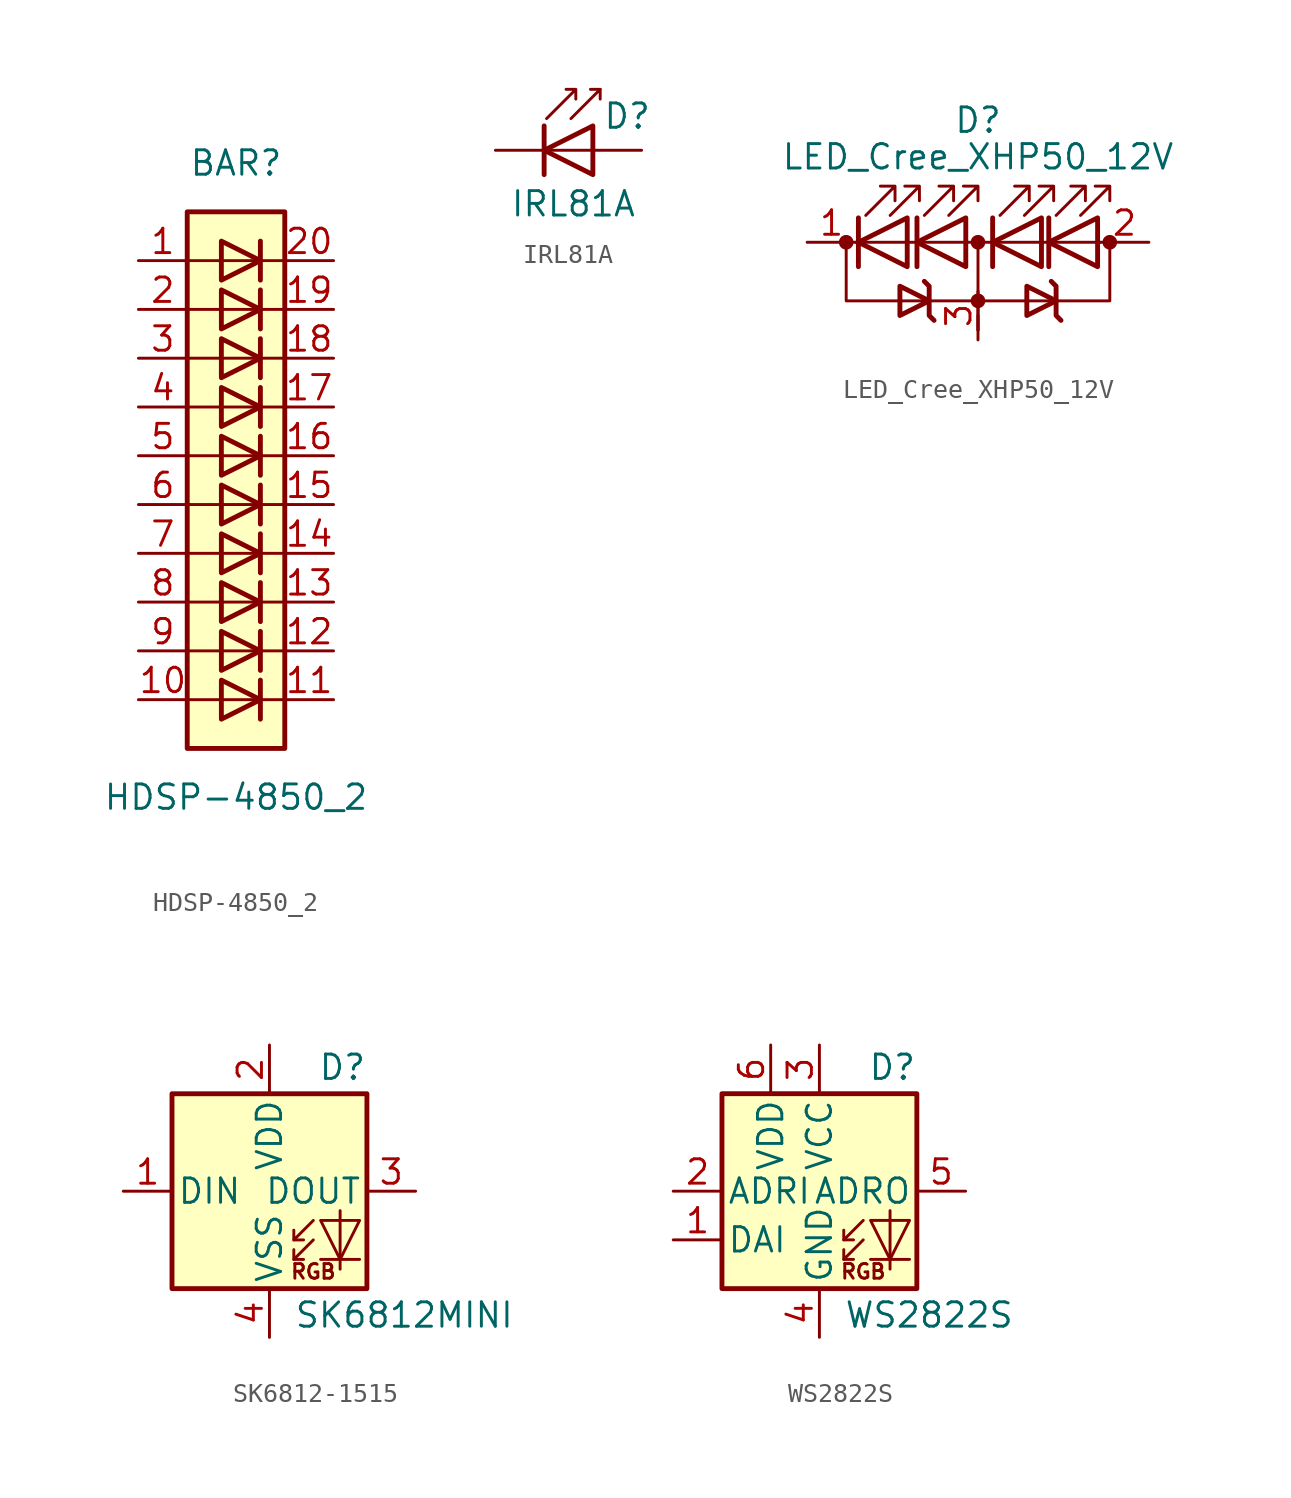
<source format=kicad_sym>
(kicad_symbol_lib
  (version 20220914)
  (generator kicad_symbol_editor)
  (symbol "HDSP-4850_2"
    (pin_names
      (offset 1.016) hide)
    (property "Reference" "BAR"
      (at 0 15.24 0)
      (effects (font (size 1.27 1.27))))
    (property "Value" "HDSP-4850_2"
      (at 0 -17.78 0)
      (effects (font (size 1.27 1.27))))
    (symbol "HDSP-4850_2_0_1"
      (rectangle (start -2.54 12.7) (end 2.54 -15.24) (stroke (width 0.254) (type default)) (fill (type background)))
      (polyline (pts (xy -2.54 -12.7) (xy 2.54 -12.7)) (stroke (width 0) (type default)) (fill (type none)))
      (polyline (pts (xy -2.54 -10.16) (xy 2.54 -10.16)) (stroke (width 0) (type default)) (fill (type none)))
      (polyline (pts (xy -2.54 -7.62) (xy 2.54 -7.62)) (stroke (width 0) (type default)) (fill (type none)))
      (polyline (pts (xy -2.54 -5.08) (xy 2.54 -5.08)) (stroke (width 0) (type default)) (fill (type none)))
      (polyline (pts (xy -2.54 0) (xy 2.54 0)) (stroke (width 0) (type default)) (fill (type none)))
      (polyline (pts (xy -2.54 5.08) (xy 2.54 5.08)) (stroke (width 0) (type default)) (fill (type none)))
      (polyline (pts (xy -2.54 7.62) (xy 2.54 7.62)) (stroke (width 0) (type default)) (fill (type none)))
      (polyline (pts (xy -2.54 10.16) (xy 2.54 10.16)) (stroke (width 0) (type default)) (fill (type none)))
      (polyline (pts (xy 1.27 -11.684) (xy 1.27 -13.716)) (stroke (width 0.254) (type default)) (fill (type none)))
      (polyline (pts (xy 1.27 -9.144) (xy 1.27 -11.176)) (stroke (width 0.254) (type default)) (fill (type none)))
      (polyline (pts (xy 1.27 -6.604) (xy 1.27 -8.636)) (stroke (width 0.254) (type default)) (fill (type none)))
      (polyline (pts (xy 1.27 -4.064) (xy 1.27 -6.096)) (stroke (width 0.254) (type default)) (fill (type none)))
      (polyline (pts (xy 1.27 -1.524) (xy 1.27 -3.556)) (stroke (width 0.254) (type default)) (fill (type none)))
      (polyline (pts (xy 1.27 1.016) (xy 1.27 -1.016)) (stroke (width 0.254) (type default)) (fill (type none)))
      (polyline (pts (xy 1.27 3.556) (xy 1.27 1.524)) (stroke (width 0.254) (type default)) (fill (type none)))
      (polyline (pts (xy 1.27 6.096) (xy 1.27 4.064)) (stroke (width 0.254) (type default)) (fill (type none)))
      (polyline (pts (xy 1.27 8.636) (xy 1.27 6.604)) (stroke (width 0.254) (type default)) (fill (type none)))
      (polyline (pts (xy 1.27 11.176) (xy 1.27 9.144)) (stroke (width 0.254) (type default)) (fill (type none)))
      (polyline (pts (xy 2.54 -2.54) (xy -2.54 -2.54)) (stroke (width 0) (type default)) (fill (type none)))
      (polyline (pts (xy 2.54 2.54) (xy -2.54 2.54)) (stroke (width 0) (type default)) (fill (type none)))
      (polyline (pts (xy -0.762 -11.684) (xy -0.762 -13.716) (xy 1.27 -12.7) (xy -0.762 -11.684)) (stroke (width 0.254) (type default)) (fill (type none)))
      (polyline (pts (xy -0.762 -9.144) (xy -0.762 -11.176) (xy 1.27 -10.16) (xy -0.762 -9.144)) (stroke (width 0.254) (type default)) (fill (type none)))
      (polyline (pts (xy -0.762 -6.604) (xy -0.762 -8.636) (xy 1.27 -7.62) (xy -0.762 -6.604)) (stroke (width 0.254) (type default)) (fill (type none)))
      (polyline (pts (xy -0.762 -4.064) (xy -0.762 -6.096) (xy 1.27 -5.08) (xy -0.762 -4.064)) (stroke (width 0.254) (type default)) (fill (type none)))
      (polyline (pts (xy -0.762 -1.524) (xy -0.762 -3.556) (xy 1.27 -2.54) (xy -0.762 -1.524)) (stroke (width 0.254) (type default)) (fill (type none)))
      (polyline (pts (xy -0.762 1.016) (xy -0.762 -1.016) (xy 1.27 0) (xy -0.762 1.016)) (stroke (width 0.254) (type default)) (fill (type none)))
      (polyline (pts (xy -0.762 3.556) (xy -0.762 1.524) (xy 1.27 2.54) (xy -0.762 3.556)) (stroke (width 0.254) (type default)) (fill (type none)))
      (polyline (pts (xy -0.762 6.096) (xy -0.762 4.064) (xy 1.27 5.08) (xy -0.762 6.096)) (stroke (width 0.254) (type default)) (fill (type none)))
      (polyline (pts (xy -0.762 8.636) (xy -0.762 6.604) (xy 1.27 7.62) (xy -0.762 8.636)) (stroke (width 0.254) (type default)) (fill (type none)))
      (polyline (pts (xy -0.762 11.176) (xy -0.762 9.144) (xy 1.27 10.16) (xy -0.762 11.176)) (stroke (width 0.254) (type default)) (fill (type none))))
    (symbol "HDSP-4850_2_1_1"
      (pin passive line (at -5.08 10.16 0) (length 2.54) (name "A" (effects (font (size 1.27 1.27)))) (number "1" (effects (font (size 1.27 1.27)))))
      (pin passive line (at -5.08 -12.7 0) (length 2.54) (name "A" (effects (font (size 1.27 1.27)))) (number "10" (effects (font (size 1.27 1.27)))))
      (pin passive line (at 5.08 -12.7 180) (length 2.54) (name "K" (effects (font (size 1.27 1.27)))) (number "11" (effects (font (size 1.27 1.27)))))
      (pin passive line (at 5.08 -10.16 180) (length 2.54) (name "K" (effects (font (size 1.27 1.27)))) (number "12" (effects (font (size 1.27 1.27)))))
      (pin passive line (at 5.08 -7.62 180) (length 2.54) (name "K" (effects (font (size 1.27 1.27)))) (number "13" (effects (font (size 1.27 1.27)))))
      (pin passive line (at 5.08 -5.08 180) (length 2.54) (name "K" (effects (font (size 1.27 1.27)))) (number "14" (effects (font (size 1.27 1.27)))))
      (pin passive line (at 5.08 -2.54 180) (length 2.54) (name "K" (effects (font (size 1.27 1.27)))) (number "15" (effects (font (size 1.27 1.27)))))
      (pin passive line (at 5.08 0 180) (length 2.54) (name "K" (effects (font (size 1.27 1.27)))) (number "16" (effects (font (size 1.27 1.27)))))
      (pin passive line (at 5.08 2.54 180) (length 2.54) (name "K" (effects (font (size 1.27 1.27)))) (number "17" (effects (font (size 1.27 1.27)))))
      (pin passive line (at 5.08 5.08 180) (length 2.54) (name "K" (effects (font (size 1.27 1.27)))) (number "18" (effects (font (size 1.27 1.27)))))
      (pin passive line (at 5.08 7.62 180) (length 2.54) (name "K" (effects (font (size 1.27 1.27)))) (number "19" (effects (font (size 1.27 1.27)))))
      (pin passive line (at -5.08 7.62 0) (length 2.54) (name "A" (effects (font (size 1.27 1.27)))) (number "2" (effects (font (size 1.27 1.27)))))
      (pin passive line (at 5.08 10.16 180) (length 2.54) (name "K" (effects (font (size 1.27 1.27)))) (number "20" (effects (font (size 1.27 1.27)))))
      (pin passive line (at -5.08 5.08 0) (length 2.54) (name "A" (effects (font (size 1.27 1.27)))) (number "3" (effects (font (size 1.27 1.27)))))
      (pin passive line (at -5.08 2.54 0) (length 2.54) (name "A" (effects (font (size 1.27 1.27)))) (number "4" (effects (font (size 1.27 1.27)))))
      (pin passive line (at -5.08 0 0) (length 2.54) (name "A" (effects (font (size 1.27 1.27)))) (number "5" (effects (font (size 1.27 1.27)))))
      (pin passive line (at -5.08 -2.54 0) (length 2.54) (name "A" (effects (font (size 1.27 1.27)))) (number "6" (effects (font (size 1.27 1.27)))))
      (pin passive line (at -5.08 -5.08 0) (length 2.54) (name "A" (effects (font (size 1.27 1.27)))) (number "7" (effects (font (size 1.27 1.27)))))
      (pin passive line (at -5.08 -7.62 0) (length 2.54) (name "A" (effects (font (size 1.27 1.27)))) (number "8" (effects (font (size 1.27 1.27)))))
      (pin passive line (at -5.08 -10.16 0) (length 2.54) (name "A" (effects (font (size 1.27 1.27)))) (number "9" (effects (font (size 1.27 1.27)))))))
  (symbol "IRL81A"
    (pin_numbers hide)
    (pin_names
      (offset 1.016) hide)
    (property "Reference" "D"
      (at 0.508 1.778 0)
      (effects (font (size 1.27 1.27)) (justify left)))
    (property "Value" "IRL81A"
      (at -1.016 -2.794 0)
      (effects (font (size 1.27 1.27))))
    (symbol "IRL81A_0_1"
      (polyline (pts (xy -2.54 0) (xy 0 0)) (stroke (width 0) (type default)) (fill (type none)))
      (polyline (pts (xy -2.54 1.27) (xy -2.54 -1.27)) (stroke (width 0.254) (type default)) (fill (type none)))
      (polyline (pts (xy 0.381 3.175) (xy -0.127 3.175)) (stroke (width 0) (type default)) (fill (type none)))
      (polyline (pts (xy -1.143 1.651) (xy 0.381 3.175) (xy 0.381 2.667)) (stroke (width 0) (type default)) (fill (type none)))
      (polyline (pts (xy 0 -1.27) (xy 0 1.27) (xy -2.54 0) (xy 0 -1.27)) (stroke (width 0.254) (type default)) (fill (type none)))
      (polyline (pts (xy -2.413 1.651) (xy -0.889 3.175) (xy -0.889 2.667) (xy -0.889 3.175) (xy -1.397 3.175)) (stroke (width 0) (type default)) (fill (type none))))
    (symbol "IRL81A_1_1"
      (pin passive line (at -5.08 0 0) (length 2.54) (name "K" (effects (font (size 1.27 1.27)))) (number "1" (effects (font (size 1.27 1.27)))))
      (pin passive line (at 2.54 0 180) (length 2.54) (name "A" (effects (font (size 1.27 1.27)))) (number "2" (effects (font (size 1.27 1.27)))))))
  (symbol "LED_Cree_XHP50_12V"
    (pin_names
      (offset 1.016) hide)
    (property "Reference" "D"
      (at 0 6.35 0)
      (effects (font (size 1.27 1.27))))
    (property "Value" "LED_Cree_XHP50_12V"
      (at 0 4.445 0)
      (effects (font (size 1.27 1.27))))
    (symbol "LED_Cree_XHP50_12V_0_1"
      (circle (center -6.858 0) (radius 0.254) (stroke (width 0.254) (type default)) (fill (type outline)))
      (circle (center 0 -3.048) (radius 0.254) (stroke (width 0.254) (type default)) (fill (type outline)))
      (polyline (pts (xy -6.35 0) (xy 6.35 0)) (stroke (width 0) (type default)) (fill (type none)))
      (polyline (pts (xy -6.223 -1.27) (xy -6.223 1.27)) (stroke (width 0.254) (type default)) (fill (type none)))
      (polyline (pts (xy -3.175 -1.27) (xy -3.175 1.27)) (stroke (width 0.254) (type default)) (fill (type none)))
      (polyline (pts (xy 0 -3.81) (xy 0 -4.572)) (stroke (width 0) (type default)) (fill (type none)))
      (polyline (pts (xy 0 0) (xy 0 -4.572)) (stroke (width 0) (type default)) (fill (type none)))
      (polyline (pts (xy 0.762 -1.27) (xy 0.762 1.27)) (stroke (width 0.254) (type default)) (fill (type none)))
      (polyline (pts (xy 3.683 -1.27) (xy 3.683 1.27)) (stroke (width 0.254) (type default)) (fill (type none)))
      (polyline (pts (xy -6.858 0) (xy -6.858 -3.048) (xy 6.858 -3.048) (xy 6.858 0)) (stroke (width 0) (type default)) (fill (type none)))
      (polyline (pts (xy -3.683 -1.27) (xy -3.683 1.27) (xy -6.223 0) (xy -3.683 -1.27)) (stroke (width 0.254) (type default)) (fill (type none)))
      (polyline (pts (xy -2.286 -4.064) (xy -2.54 -3.81) (xy -2.54 -2.286) (xy -2.794 -2.032)) (stroke (width 0.254) (type default)) (fill (type none)))
      (polyline (pts (xy -0.635 -1.27) (xy -0.635 1.27) (xy -3.175 0) (xy -0.635 -1.27)) (stroke (width 0.254) (type default)) (fill (type none)))
      (polyline (pts (xy 3.302 -1.27) (xy 3.302 1.27) (xy 0.762 0) (xy 3.302 -1.27)) (stroke (width 0.254) (type default)) (fill (type none)))
      (polyline (pts (xy 4.318 -4.064) (xy 4.064 -3.81) (xy 4.064 -2.286) (xy 3.81 -2.032)) (stroke (width 0.254) (type default)) (fill (type none)))
      (polyline (pts (xy 6.223 -1.27) (xy 6.223 1.27) (xy 3.683 0) (xy 6.223 -1.27)) (stroke (width 0.254) (type default)) (fill (type none)))
      (polyline (pts (xy -5.842 1.397) (xy -4.318 2.921) (xy -5.08 2.921) (xy -4.318 2.921) (xy -4.318 2.159)) (stroke (width 0) (type default)) (fill (type none)))
      (polyline (pts (xy -4.572 1.397) (xy -3.048 2.921) (xy -3.81 2.921) (xy -3.048 2.921) (xy -3.048 2.159)) (stroke (width 0) (type default)) (fill (type none)))
      (polyline (pts (xy -4.064 -3.81) (xy -4.064 -2.286) (xy -2.54 -3.048) (xy -4.064 -3.81) (xy -4.064 -3.556)) (stroke (width 0.254) (type default)) (fill (type none)))
      (polyline (pts (xy -2.794 1.397) (xy -1.27 2.921) (xy -2.032 2.921) (xy -1.27 2.921) (xy -1.27 2.159)) (stroke (width 0) (type default)) (fill (type none)))
      (polyline (pts (xy -1.524 1.397) (xy 0 2.921) (xy -0.762 2.921) (xy 0 2.921) (xy 0 2.159)) (stroke (width 0) (type default)) (fill (type none)))
      (polyline (pts (xy 1.143 1.397) (xy 2.667 2.921) (xy 1.905 2.921) (xy 2.667 2.921) (xy 2.667 2.159)) (stroke (width 0) (type default)) (fill (type none)))
      (polyline (pts (xy 2.413 1.397) (xy 3.937 2.921) (xy 3.175 2.921) (xy 3.937 2.921) (xy 3.937 2.159)) (stroke (width 0) (type default)) (fill (type none)))
      (polyline (pts (xy 2.54 -3.81) (xy 2.54 -2.286) (xy 4.064 -3.048) (xy 2.54 -3.81) (xy 2.54 -3.556)) (stroke (width 0.254) (type default)) (fill (type none)))
      (polyline (pts (xy 4.064 1.397) (xy 5.588 2.921) (xy 4.826 2.921) (xy 5.588 2.921) (xy 5.588 2.159)) (stroke (width 0) (type default)) (fill (type none)))
      (polyline (pts (xy 5.334 1.397) (xy 6.858 2.921) (xy 6.096 2.921) (xy 6.858 2.921) (xy 6.858 2.159)) (stroke (width 0) (type default)) (fill (type none)))
      (circle (center 0 0) (radius 0.254) (stroke (width 0.254) (type default)) (fill (type outline)))
      (circle (center 6.858 0) (radius 0.254) (stroke (width 0.254) (type default)) (fill (type outline))))
    (symbol "LED_Cree_XHP50_12V_1_1"
      (pin passive line (at -8.89 0 0) (length 2.54) (name "K" (effects (font (size 1.27 1.27)))) (number "1" (effects (font (size 1.27 1.27)))))
      (pin passive line (at 8.89 0 180) (length 2.54) (name "A" (effects (font (size 1.27 1.27)))) (number "2" (effects (font (size 1.27 1.27)))))
      (pin passive line (at 0 -5.08 90) (length 2.54) (name "PAD" (effects (font (size 1.27 1.27)))) (number "3" (effects (font (size 1.27 1.27)))))))
  (symbol "SK6812-1515"
    (pin_names
      (offset 0.254))
    (property "Reference" "D"
      (at 5.08 5.715 0)
      (effects (font (size 1.27 1.27)) (justify right bottom)))
    (property "Value" "SK6812MINI"
      (at 1.27 -5.715 0)
      (effects (font (size 1.27 1.27)) (justify left top)))
    (symbol "SK6812-1515_0_0"
      (text "RGB" (at 2.286 -4.191 0) (effects (font (size 0.762 0.762)))))
    (symbol "SK6812-1515_0_1"
      (polyline (pts (xy 1.27 -3.556) (xy 1.778 -3.556)) (stroke (width 0) (type default)) (fill (type none)))
      (polyline (pts (xy 1.27 -2.54) (xy 1.778 -2.54)) (stroke (width 0) (type default)) (fill (type none)))
      (polyline (pts (xy 4.699 -3.556) (xy 2.667 -3.556)) (stroke (width 0) (type default)) (fill (type none)))
      (polyline (pts (xy 2.286 -2.54) (xy 1.27 -3.556) (xy 1.27 -3.048)) (stroke (width 0) (type default)) (fill (type none)))
      (polyline (pts (xy 2.286 -1.524) (xy 1.27 -2.54) (xy 1.27 -2.032)) (stroke (width 0) (type default)) (fill (type none)))
      (polyline (pts (xy 3.683 -1.016) (xy 3.683 -3.556) (xy 3.683 -4.064)) (stroke (width 0) (type default)) (fill (type none)))
      (polyline (pts (xy 4.699 -1.524) (xy 2.667 -1.524) (xy 3.683 -3.556) (xy 4.699 -1.524)) (stroke (width 0) (type default)) (fill (type none)))
      (rectangle (start 5.08 5.08) (end -5.08 -5.08) (stroke (width 0.254) (type default)) (fill (type background))))
    (symbol "SK6812-1515_1_1"
      (pin input line (at -7.62 0 0) (length 2.54) (name "DIN" (effects (font (size 1.27 1.27)))) (number "1" (effects (font (size 1.27 1.27)))))
      (pin power_in line (at 0 7.62 270) (length 2.54) (name "VDD" (effects (font (size 1.27 1.27)))) (number "2" (effects (font (size 1.27 1.27)))))
      (pin output line (at 7.62 0 180) (length 2.54) (name "DOUT" (effects (font (size 1.27 1.27)))) (number "3" (effects (font (size 1.27 1.27)))))
      (pin power_in line (at 0 -7.62 90) (length 2.54) (name "VSS" (effects (font (size 1.27 1.27)))) (number "4" (effects (font (size 1.27 1.27)))))))
  (symbol "WS2822S"
    (pin_names
      (offset 0.254))
    (property "Reference" "D"
      (at 5.08 5.715 0)
      (effects (font (size 1.27 1.27)) (justify right bottom)))
    (property "Value" "WS2822S"
      (at 1.27 -5.715 0)
      (effects (font (size 1.27 1.27)) (justify left top)))
    (symbol "WS2822S_0_0"
      (text "RGB" (at 2.286 -4.191 0) (effects (font (size 0.762 0.762)))))
    (symbol "WS2822S_0_1"
      (rectangle (start -5.08 5.08) (end 5.08 -5.08) (stroke (width 0.254) (type default)) (fill (type background)))
      (polyline (pts (xy 1.27 -3.556) (xy 1.778 -3.556)) (stroke (width 0) (type default)) (fill (type none)))
      (polyline (pts (xy 1.27 -2.54) (xy 1.778 -2.54)) (stroke (width 0) (type default)) (fill (type none)))
      (polyline (pts (xy 4.699 -3.556) (xy 2.667 -3.556)) (stroke (width 0) (type default)) (fill (type none)))
      (polyline (pts (xy 2.286 -2.54) (xy 1.27 -3.556) (xy 1.27 -3.048)) (stroke (width 0) (type default)) (fill (type none)))
      (polyline (pts (xy 2.286 -1.524) (xy 1.27 -2.54) (xy 1.27 -2.032)) (stroke (width 0) (type default)) (fill (type none)))
      (polyline (pts (xy 3.683 -1.016) (xy 3.683 -3.556) (xy 3.683 -4.064)) (stroke (width 0) (type default)) (fill (type none)))
      (polyline (pts (xy 4.699 -1.524) (xy 2.667 -1.524) (xy 3.683 -3.556) (xy 4.699 -1.524)) (stroke (width 0) (type default)) (fill (type none))))
    (symbol "WS2822S_1_1"
      (pin input line (at -7.62 -2.54 0) (length 2.54) (name "DAI" (effects (font (size 1.27 1.27)))) (number "1" (effects (font (size 1.27 1.27)))))
      (pin input line (at -7.62 0 0) (length 2.54) (name "ADRI" (effects (font (size 1.27 1.27)))) (number "2" (effects (font (size 1.27 1.27)))))
      (pin power_in line (at 0 7.62 270) (length 2.54) (name "VCC" (effects (font (size 1.27 1.27)))) (number "3" (effects (font (size 1.27 1.27)))))
      (pin power_in line (at 0 -7.62 90) (length 2.54) (name "GND" (effects (font (size 1.27 1.27)))) (number "4" (effects (font (size 1.27 1.27)))))
      (pin output line (at 7.62 0 180) (length 2.54) (name "ADRO" (effects (font (size 1.27 1.27)))) (number "5" (effects (font (size 1.27 1.27)))))
      (pin power_in line (at -2.54 7.62 270) (length 2.54) (name "VDD" (effects (font (size 1.27 1.27)))) (number "6" (effects (font (size 1.27 1.27))))))))
</source>
